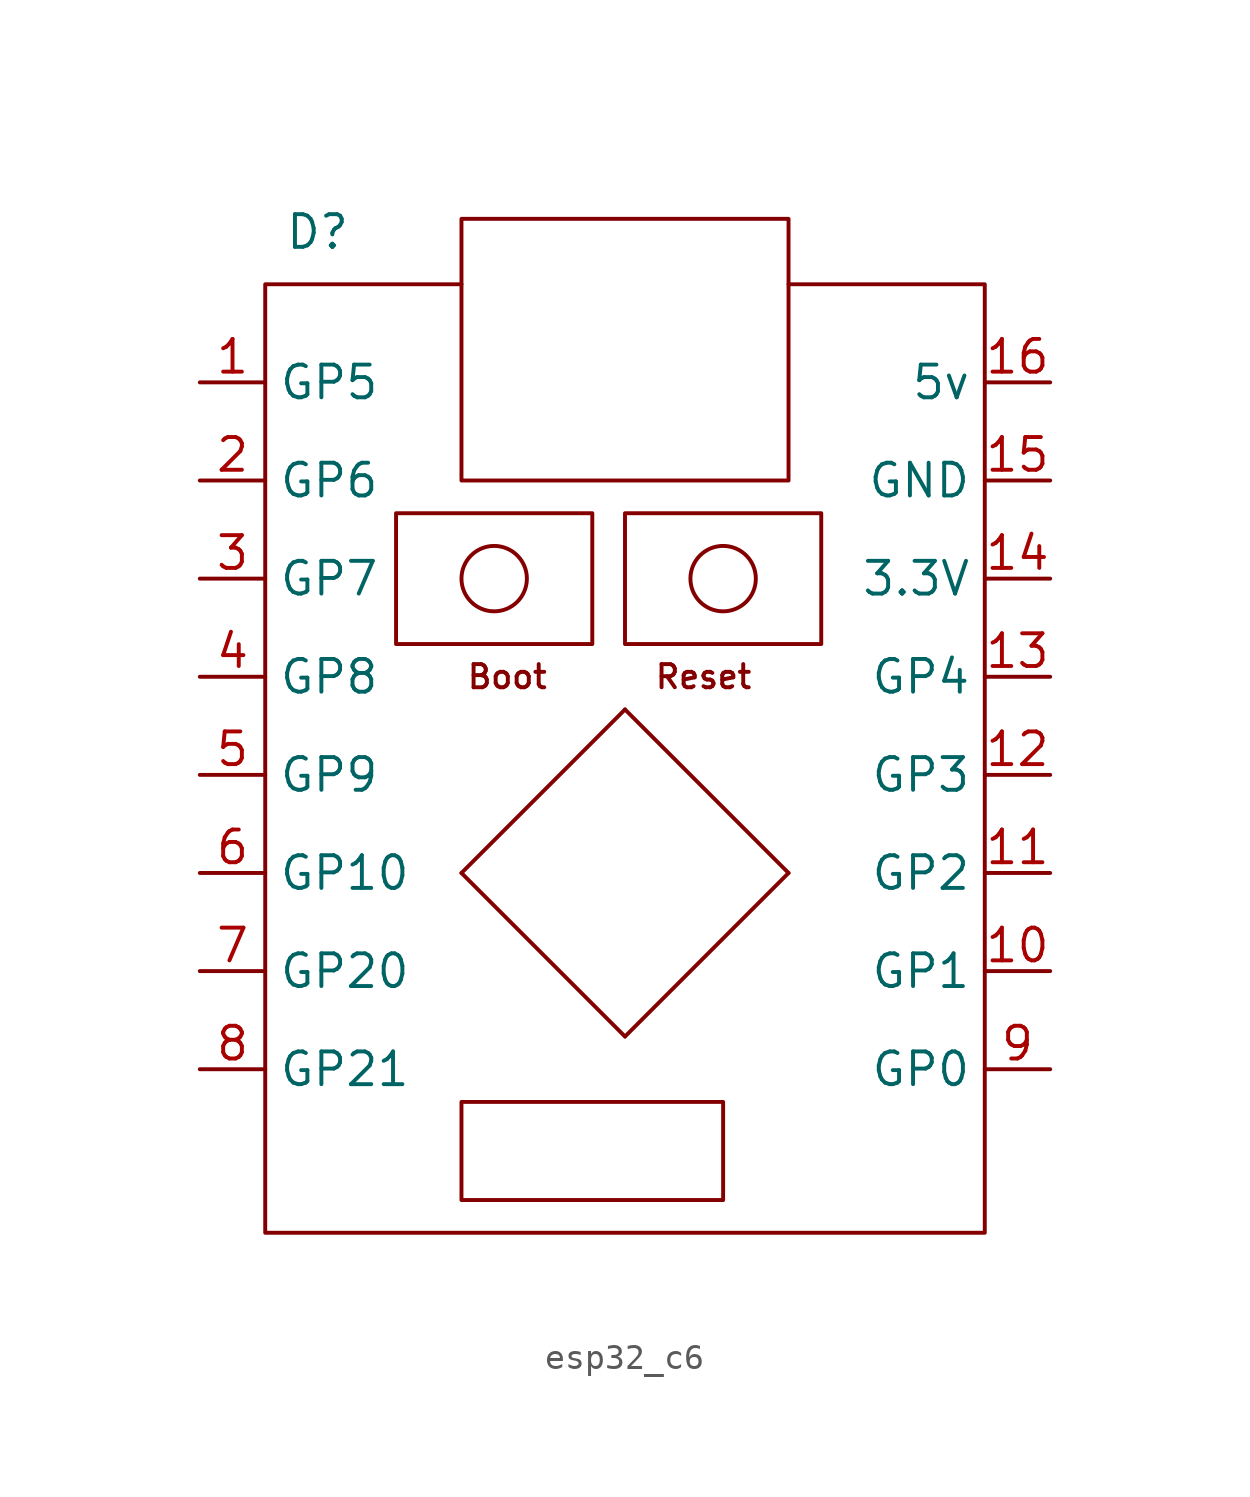
<source format=kicad_sym>
(kicad_symbol_lib
  (version 20231120)
  (generator "kicad_symbol_editor")
  (generator_version "8.0")
  (symbol "esp32_c6"
    (property "Reference" "D"
      (at 12.192 18.542 0)
      (effects (font (size 1.27 1.27))))
    (property "Value" ""
      (at 12.192 18.542 0)
      (effects (font (size 1.27 1.27))))
    (symbol "esp32_c6_0_1"
      (polyline (pts (xy 17.78 -6.35) (xy 24.13 -12.7)) (stroke (width 0) (type default)) (fill (type none)))
      (polyline (pts (xy 17.78 -6.35) (xy 24.13 0)) (stroke (width 0) (type default)) (fill (type none)))
      (polyline (pts (xy 24.13 -12.7) (xy 30.48 -6.35)) (stroke (width 0) (type default)) (fill (type none)))
      (polyline (pts (xy 24.13 0) (xy 30.48 -6.35)) (stroke (width 0) (type default)) (fill (type none)))
      (rectangle (start 15.24 7.62) (end 22.86 2.54) (stroke (width 0) (type default)) (fill (type none)))
      (rectangle (start 17.78 19.05) (end 30.48 8.89) (stroke (width 0) (type default)) (fill (type none)))
      (circle (center 19.05 5.08) (radius 1.27) (stroke (width 0) (type default)) (fill (type none)))
      (rectangle (start 24.13 7.62) (end 31.75 2.54) (stroke (width 0) (type default)) (fill (type none)))
      (circle (center 27.94 5.08) (radius 1.27) (stroke (width 0) (type default)) (fill (type none))))
    (symbol "esp32_c6_1_1"
      (polyline (pts (xy 30.48 16.51) (xy 38.1 16.51) (xy 38.1 -20.32) (xy 10.16 -20.32) (xy 10.16 16.51) (xy 17.78 16.51)) (stroke (width 0) (type default)) (fill (type none)))
      (rectangle (start 17.78 -15.24) (end 27.94 -19.05) (stroke (width 0) (type default)) (fill (type none)))
      (text "Boot" (at 19.558 1.27 0) (effects (font (size 0.9 0.9))))
      (text "Reset" (at 27.178 1.27 0) (effects (font (size 0.9 0.9))))
      (pin bidirectional line (at 7.62 12.7 0) (length 2.54) (name "GP5" (effects (font (size 1.27 1.27)))) (number "1" (effects (font (size 1.27 1.27)))))
      (pin bidirectional line (at 40.64 -10.16 180) (length 2.54) (name "GP1" (effects (font (size 1.27 1.27)))) (number "10" (effects (font (size 1.27 1.27)))))
      (pin bidirectional line (at 40.64 -6.35 180) (length 2.54) (name "GP2" (effects (font (size 1.27 1.27)))) (number "11" (effects (font (size 1.27 1.27)))))
      (pin bidirectional line (at 40.64 -2.54 180) (length 2.54) (name "GP3" (effects (font (size 1.27 1.27)))) (number "12" (effects (font (size 1.27 1.27)))))
      (pin bidirectional line (at 40.64 1.27 180) (length 2.54) (name "GP4" (effects (font (size 1.27 1.27)))) (number "13" (effects (font (size 1.27 1.27)))))
      (pin power_out line (at 40.64 5.08 180) (length 2.54) (name "3.3V" (effects (font (size 1.27 1.27)))) (number "14" (effects (font (size 1.27 1.27)))))
      (pin power_in line (at 40.64 8.89 180) (length 2.54) (name "GND" (effects (font (size 1.27 1.27)))) (number "15" (effects (font (size 1.27 1.27)))))
      (pin power_in line (at 40.64 12.7 180) (length 2.54) (name "5v" (effects (font (size 1.27 1.27)))) (number "16" (effects (font (size 1.27 1.27)))))
      (pin bidirectional line (at 7.62 8.89 0) (length 2.54) (name "GP6" (effects (font (size 1.27 1.27)))) (number "2" (effects (font (size 1.27 1.27)))))
      (pin bidirectional line (at 7.62 5.08 0) (length 2.54) (name "GP7" (effects (font (size 1.27 1.27)))) (number "3" (effects (font (size 1.27 1.27)))))
      (pin bidirectional line (at 7.62 1.27 0) (length 2.54) (name "GP8" (effects (font (size 1.27 1.27)))) (number "4" (effects (font (size 1.27 1.27)))))
      (pin bidirectional line (at 7.62 -2.54 0) (length 2.54) (name "GP9" (effects (font (size 1.27 1.27)))) (number "5" (effects (font (size 1.27 1.27)))))
      (pin bidirectional line (at 7.62 -6.35 0) (length 2.54) (name "GP10" (effects (font (size 1.27 1.27)))) (number "6" (effects (font (size 1.27 1.27)))))
      (pin bidirectional line (at 7.62 -10.16 0) (length 2.54) (name "GP20" (effects (font (size 1.27 1.27)))) (number "7" (effects (font (size 1.27 1.27)))))
      (pin bidirectional line (at 7.62 -13.97 0) (length 2.54) (name "GP21" (effects (font (size 1.27 1.27)))) (number "8" (effects (font (size 1.27 1.27)))))
      (pin bidirectional line (at 40.64 -13.97 180) (length 2.54) (name "GP0" (effects (font (size 1.27 1.27)))) (number "9" (effects (font (size 1.27 1.27))))))))
</source>
